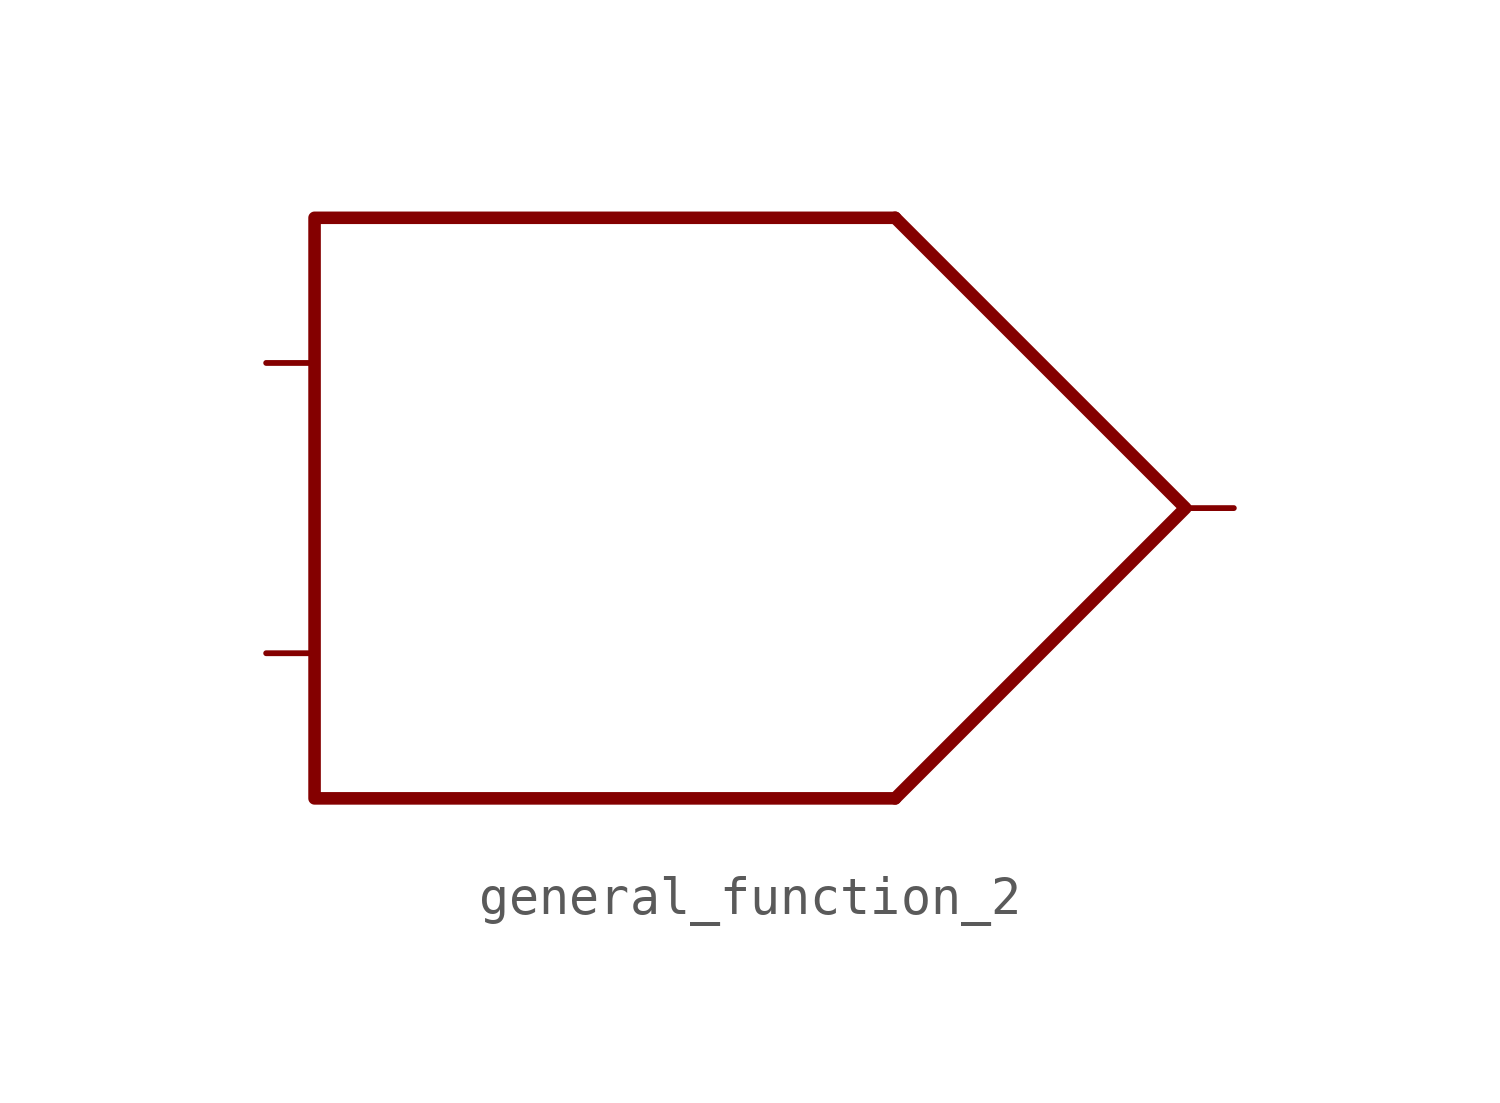
<source format=kicad_sym>
(kicad_symbol_lib
  (version 20211014)
  (generator kicad_symbol_editor)
  (symbol "general_function_2"
    (property "Reference" "U"
      (at 3.81 12.7 0)
      (effects (font (size 1.27 1.27)) hide))
    (symbol "general_function_2_0_0"
      (polyline (pts (xy 0 7.62) (xy -15.24 7.62) (xy -15.24 -7.62) (xy 0 -7.62)) (stroke (width 0.33) (type default) (color 0 0 0 0)) (fill (type none))))
    (symbol "general_function_2_0_1"
      (polyline (pts (xy 0 7.62) (xy 7.62 0) (xy 0 -7.62)) (stroke (width 0.33) (type default) (color 0 0 0 0)) (fill (type none))))
    (symbol "general_function_2_1_1"
      (pin input line (at -16.51 -3.81 0) (length 1.27) (name "" (effects (font (size 1.27 1.27)))) (number "" (effects (font (size 1.27 1.27)))))
      (pin input line (at -16.51 3.81 0) (length 1.27) (name "" (effects (font (size 1.27 1.27)))) (number "" (effects (font (size 1.27 1.27)))))
      (pin output line (at 8.89 0 180) (length 1.27) (name "" (effects (font (size 1.27 1.27)))) (number "" (effects (font (size 1.27 1.27))))))))
</source>
